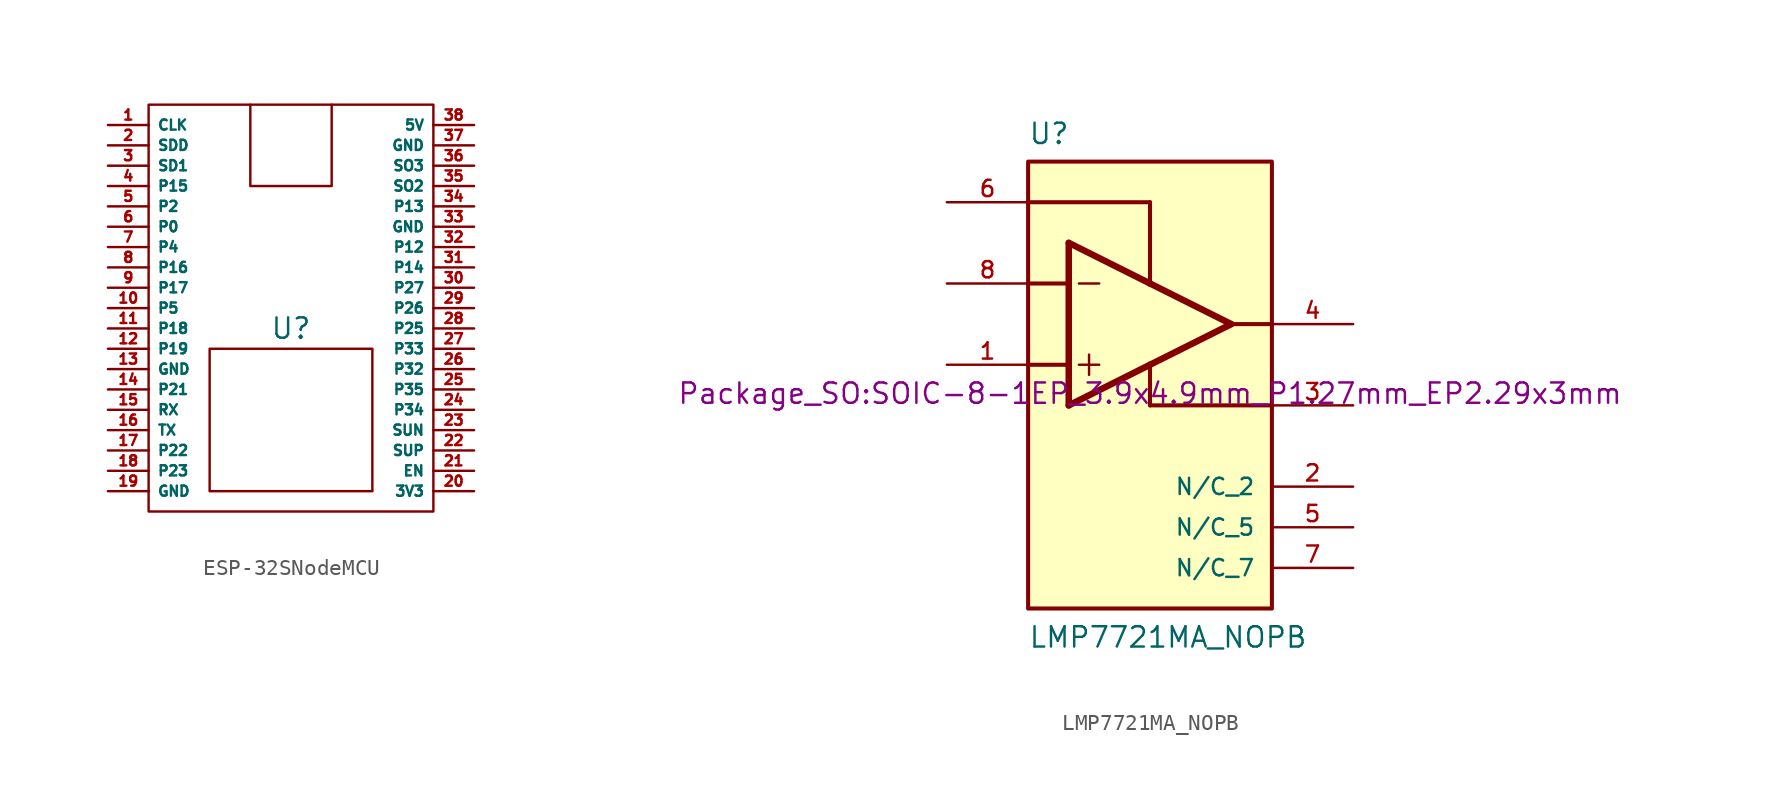
<source format=kicad_sym>
(kicad_symbol_lib
  (version 20231120)
  (generator "kicad_symbol_editor")
  (generator_version "8.0")
  (symbol "ESP-32SNodeMCU"
    (property "Reference" "U"
      (at 0 0 0)
      (effects (font (size 1.27 1.27))))
    (property "Value" ""
      (at -5.08 -1.27 0)
      (effects (font (size 1.27 1.27))))
    (symbol "ESP-32SNodeMCU_0_1"
      (polyline (pts (xy -8.89 12.7) (xy -8.89 -10.16)) (stroke (width 0) (type default)) (fill (type none)))
      (polyline (pts (xy 8.89 -10.16) (xy 8.89 12.7)) (stroke (width 0) (type default)) (fill (type none)))
      (polyline (pts (xy -8.89 -10.16) (xy -8.89 -11.43) (xy 8.89 -11.43) (xy 8.89 -10.16)) (stroke (width 0) (type default)) (fill (type none)))
      (polyline (pts (xy -8.89 12.7) (xy -8.89 13.97) (xy 8.89 13.97) (xy 8.89 12.7)) (stroke (width 0) (type default)) (fill (type none)))
      (polyline (pts (xy -2.54 13.97) (xy -2.54 8.89) (xy 2.54 8.89) (xy 2.54 13.97)) (stroke (width 0) (type default)) (fill (type none)))
      (polyline (pts (xy -5.08 -1.27) (xy -5.08 -10.16) (xy 5.08 -10.16) (xy 5.08 -1.27) (xy -5.08 -1.27)) (stroke (width 0) (type default)) (fill (type none))))
    (symbol "ESP-32SNodeMCU_1_1"
      (pin output line (at -11.43 12.7 0) (length 2.54) (name "CLK" (effects (font (size 0.635 0.635)))) (number "1" (effects (font (size 0.635 0.635)))))
      (pin bidirectional line (at -11.43 1.27 0) (length 2.54) (name "P5" (effects (font (size 0.635 0.635)))) (number "10" (effects (font (size 0.635 0.635)))))
      (pin bidirectional line (at -11.43 0 0) (length 2.54) (name "P18" (effects (font (size 0.635 0.635)))) (number "11" (effects (font (size 0.635 0.635)))))
      (pin bidirectional line (at -11.43 -1.27 0) (length 2.54) (name "P19" (effects (font (size 0.635 0.635)))) (number "12" (effects (font (size 0.635 0.635)))))
      (pin power_in line (at -11.43 -2.54 0) (length 2.54) (name "GND" (effects (font (size 0.635 0.635)))) (number "13" (effects (font (size 0.635 0.635)))))
      (pin bidirectional line (at -11.43 -3.81 0) (length 2.54) (name "P21" (effects (font (size 0.635 0.635)))) (number "14" (effects (font (size 0.635 0.635)))))
      (pin input line (at -11.43 -5.08 0) (length 2.54) (name "RX" (effects (font (size 0.635 0.635)))) (number "15" (effects (font (size 0.635 0.635)))))
      (pin output line (at -11.43 -6.35 0) (length 2.54) (name "TX" (effects (font (size 0.635 0.635)))) (number "16" (effects (font (size 0.635 0.635)))))
      (pin bidirectional line (at -11.43 -7.62 0) (length 2.54) (name "P22" (effects (font (size 0.635 0.635)))) (number "17" (effects (font (size 0.635 0.635)))))
      (pin bidirectional line (at -11.43 -8.89 0) (length 2.54) (name "P23" (effects (font (size 0.635 0.635)))) (number "18" (effects (font (size 0.635 0.635)))))
      (pin power_in line (at -11.43 -10.16 0) (length 2.54) (name "GND" (effects (font (size 0.635 0.635)))) (number "19" (effects (font (size 0.635 0.635)))))
      (pin bidirectional line (at -11.43 11.43 0) (length 2.54) (name "SDD" (effects (font (size 0.635 0.635)))) (number "2" (effects (font (size 0.635 0.635)))))
      (pin power_out line (at 11.43 -10.16 180) (length 2.54) (name "3V3" (effects (font (size 0.635 0.635)))) (number "20" (effects (font (size 0.635 0.635)))))
      (pin input line (at 11.43 -8.89 180) (length 2.54) (name "EN" (effects (font (size 0.635 0.635)))) (number "21" (effects (font (size 0.635 0.635)))))
      (pin input line (at 11.43 -7.62 180) (length 2.54) (name "SUP" (effects (font (size 0.635 0.635)))) (number "22" (effects (font (size 0.635 0.635)))))
      (pin input line (at 11.43 -6.35 180) (length 2.54) (name "SUN" (effects (font (size 0.635 0.635)))) (number "23" (effects (font (size 0.635 0.635)))))
      (pin bidirectional line (at 11.43 -5.08 180) (length 2.54) (name "P34" (effects (font (size 0.635 0.635)))) (number "24" (effects (font (size 0.635 0.635)))))
      (pin bidirectional line (at 11.43 -3.81 180) (length 2.54) (name "P35" (effects (font (size 0.635 0.635)))) (number "25" (effects (font (size 0.635 0.635)))))
      (pin bidirectional line (at 11.43 -2.54 180) (length 2.54) (name "P32" (effects (font (size 0.635 0.635)))) (number "26" (effects (font (size 0.635 0.635)))))
      (pin bidirectional line (at 11.43 -1.27 180) (length 2.54) (name "P33" (effects (font (size 0.635 0.635)))) (number "27" (effects (font (size 0.635 0.635)))))
      (pin bidirectional line (at 11.43 0 180) (length 2.54) (name "P25" (effects (font (size 0.635 0.635)))) (number "28" (effects (font (size 0.635 0.635)))))
      (pin bidirectional line (at 11.43 1.27 180) (length 2.54) (name "P26" (effects (font (size 0.635 0.635)))) (number "29" (effects (font (size 0.635 0.635)))))
      (pin bidirectional line (at -11.43 10.16 0) (length 2.54) (name "SD1" (effects (font (size 0.635 0.635)))) (number "3" (effects (font (size 0.635 0.635)))))
      (pin bidirectional line (at 11.43 2.54 180) (length 2.54) (name "P27" (effects (font (size 0.635 0.635)))) (number "30" (effects (font (size 0.635 0.635)))))
      (pin bidirectional line (at 11.43 3.81 180) (length 2.54) (name "P14" (effects (font (size 0.635 0.635)))) (number "31" (effects (font (size 0.635 0.635)))))
      (pin bidirectional line (at 11.43 5.08 180) (length 2.54) (name "P12" (effects (font (size 0.635 0.635)))) (number "32" (effects (font (size 0.635 0.635)))))
      (pin power_in line (at 11.43 6.35 180) (length 2.54) (name "GND" (effects (font (size 0.635 0.635)))) (number "33" (effects (font (size 0.635 0.635)))))
      (pin bidirectional line (at 11.43 7.62 180) (length 2.54) (name "P13" (effects (font (size 0.635 0.635)))) (number "34" (effects (font (size 0.635 0.635)))))
      (pin bidirectional line (at 11.43 8.89 180) (length 2.54) (name "SO2" (effects (font (size 0.635 0.635)))) (number "35" (effects (font (size 0.635 0.635)))))
      (pin bidirectional line (at 11.43 10.16 180) (length 2.54) (name "SO3" (effects (font (size 0.635 0.635)))) (number "36" (effects (font (size 0.635 0.635)))))
      (pin power_in line (at 11.43 11.43 180) (length 2.54) (name "GND" (effects (font (size 0.635 0.635)))) (number "37" (effects (font (size 0.635 0.635)))))
      (pin power_in line (at 11.43 12.7 180) (length 2.54) (name "5V" (effects (font (size 0.635 0.635)))) (number "38" (effects (font (size 0.635 0.635)))))
      (pin bidirectional line (at -11.43 8.89 0) (length 2.54) (name "P15" (effects (font (size 0.635 0.635)))) (number "4" (effects (font (size 0.635 0.635)))))
      (pin bidirectional line (at -11.43 7.62 0) (length 2.54) (name "P2" (effects (font (size 0.635 0.635)))) (number "5" (effects (font (size 0.635 0.635)))))
      (pin bidirectional line (at -11.43 6.35 0) (length 2.54) (name "P0" (effects (font (size 0.635 0.635)))) (number "6" (effects (font (size 0.635 0.635)))))
      (pin bidirectional line (at -11.43 5.08 0) (length 2.54) (name "P4" (effects (font (size 0.635 0.635)))) (number "7" (effects (font (size 0.635 0.635)))))
      (pin bidirectional line (at -11.43 3.81 0) (length 2.54) (name "P16" (effects (font (size 0.635 0.635)))) (number "8" (effects (font (size 0.635 0.635)))))
      (pin bidirectional line (at -11.43 2.54 0) (length 2.54) (name "P17" (effects (font (size 0.635 0.635)))) (number "9" (effects (font (size 0.635 0.635)))))))
  (symbol "LMP7721MA_NOPB"
    (pin_names
      (offset 1.016))
    (property "Reference" "U"
      (at -7.62 16.24 0)
      (effects (font (size 1.27 1.27)) (justify left bottom)))
    (property "Value" "LMP7721MA_NOPB"
      (at -7.62 -15.24 0)
      (effects (font (size 1.27 1.27)) (justify left bottom)))
    (property "Footprint" "Package_SO:SOIC-8-1EP_3.9x4.9mm_P1.27mm_EP2.29x3mm"
      (at 0 0 0)
      (effects (font (size 1.27 1.27)) (justify bottom)))
    (symbol "LMP7721MA_NOPB_0_0"
      (rectangle (start -7.62 15.24) (end 7.62 -12.7) (stroke (width 0.254) (type default)) (fill (type background)))
      (polyline (pts (xy -7.62 2.54) (xy -5.08 2.54)) (stroke (width 0.254) (type default)) (fill (type none)))
      (polyline (pts (xy -7.62 7.62) (xy -5.08 7.62)) (stroke (width 0.254) (type default)) (fill (type none)))
      (polyline (pts (xy -7.62 12.7) (xy 0 12.7)) (stroke (width 0.254) (type default)) (fill (type none)))
      (polyline (pts (xy -5.08 0) (xy 0 2.54)) (stroke (width 0.406) (type default)) (fill (type none)))
      (polyline (pts (xy -5.08 7.62) (xy -5.08 0)) (stroke (width 0.406) (type default)) (fill (type none)))
      (polyline (pts (xy -5.08 10.16) (xy -5.08 7.62)) (stroke (width 0.406) (type default)) (fill (type none)))
      (polyline (pts (xy -4.445 2.54) (xy -3.175 2.54)) (stroke (width 0.152) (type default)) (fill (type none)))
      (polyline (pts (xy -4.445 7.62) (xy -3.175 7.62)) (stroke (width 0.152) (type default)) (fill (type none)))
      (polyline (pts (xy -3.81 3.175) (xy -3.81 1.905)) (stroke (width 0.152) (type default)) (fill (type none)))
      (polyline (pts (xy 0 0) (xy 0 2.54)) (stroke (width 0.254) (type default)) (fill (type none)))
      (polyline (pts (xy 0 0) (xy 7.62 0)) (stroke (width 0.254) (type default)) (fill (type none)))
      (polyline (pts (xy 0 7.62) (xy -5.08 10.16)) (stroke (width 0.406) (type default)) (fill (type none)))
      (polyline (pts (xy 0 7.62) (xy 0 12.7)) (stroke (width 0.254) (type default)) (fill (type none)))
      (polyline (pts (xy 5.08 5.08) (xy 7.62 5.08)) (stroke (width 0.254) (type default)) (fill (type none)))
      (pin input line (at -12.7 2.54 0) (length 5.08) (name "~" (effects (font (size 1.016 1.016)))) (number "1" (effects (font (size 1.016 1.016)))))
      (pin passive line (at 12.7 -5.08 180) (length 5.08) (name "N/C_2" (effects (font (size 1.016 1.016)))) (number "2" (effects (font (size 1.016 1.016)))))
      (pin power_in line (at 12.7 0 180) (length 5.08) (name "~" (effects (font (size 1.016 1.016)))) (number "3" (effects (font (size 1.016 1.016)))))
      (pin output line (at 12.7 5.08 180) (length 5.08) (name "~" (effects (font (size 1.016 1.016)))) (number "4" (effects (font (size 1.016 1.016)))))
      (pin passive line (at 12.7 -7.62 180) (length 5.08) (name "N/C_5" (effects (font (size 1.016 1.016)))) (number "5" (effects (font (size 1.016 1.016)))))
      (pin power_in line (at -12.7 12.7 0) (length 5.08) (name "~" (effects (font (size 1.016 1.016)))) (number "6" (effects (font (size 1.016 1.016)))))
      (pin passive line (at 12.7 -10.16 180) (length 5.08) (name "N/C_7" (effects (font (size 1.016 1.016)))) (number "7" (effects (font (size 1.016 1.016)))))
      (pin input line (at -12.7 7.62 0) (length 5.08) (name "~" (effects (font (size 1.016 1.016)))) (number "8" (effects (font (size 1.016 1.016))))))
    (symbol "LMP7721MA_NOPB_1_0"
      (polyline (pts (xy 0 2.54) (xy 5.08 5.08)) (stroke (width 0.406) (type default)) (fill (type none)))
      (polyline (pts (xy 5.08 5.08) (xy 0 7.62)) (stroke (width 0.406) (type default)) (fill (type none))))))
</source>
